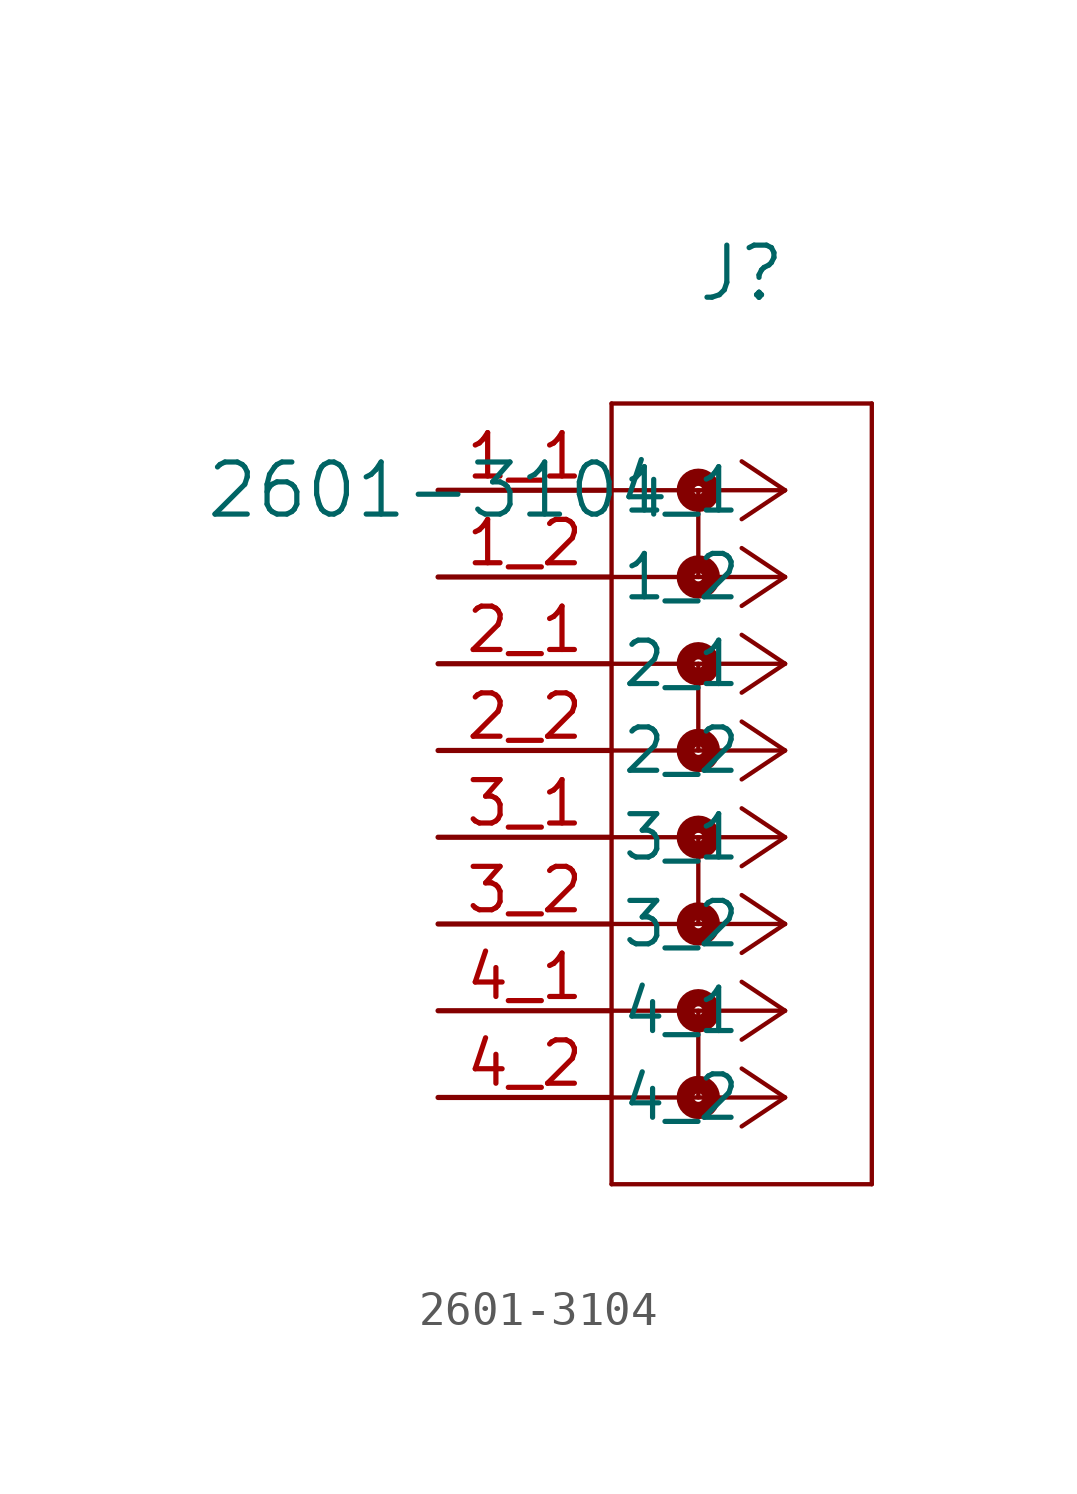
<source format=kicad_sym>
(kicad_symbol_lib
  (version 20211014)
  (generator kicad_symbol_editor)
  (symbol "2601-3104"
    (pin_names
      (offset 0.254))
    (property "Reference" "J"
      (at 8.89 6.35 0)
      (effects (font (size 1.524 1.524))))
    (property "Value" "2601-3104"
      (at 0 0 0)
      (effects (font (size 1.524 1.524))))
    (symbol "2601-3104_0_1"
      (polyline (pts (xy 10.16 0) (xy 5.08 0)) (stroke (width 0.127) (type default) (color 0 0 0 0)) (fill (type none)))
      (polyline (pts (xy 10.16 -2.54) (xy 5.08 -2.54)) (stroke (width 0.127) (type default) (color 0 0 0 0)) (fill (type none)))
      (polyline (pts (xy 10.16 -5.08) (xy 5.08 -5.08)) (stroke (width 0.127) (type default) (color 0 0 0 0)) (fill (type none)))
      (polyline (pts (xy 10.16 -7.62) (xy 5.08 -7.62)) (stroke (width 0.127) (type default) (color 0 0 0 0)) (fill (type none)))
      (polyline (pts (xy 10.16 -10.16) (xy 5.08 -10.16)) (stroke (width 0.127) (type default) (color 0 0 0 0)) (fill (type none)))
      (polyline (pts (xy 10.16 -12.7) (xy 5.08 -12.7)) (stroke (width 0.127) (type default) (color 0 0 0 0)) (fill (type none)))
      (polyline (pts (xy 10.16 -15.24) (xy 5.08 -15.24)) (stroke (width 0.127) (type default) (color 0 0 0 0)) (fill (type none)))
      (polyline (pts (xy 10.16 -17.78) (xy 5.08 -17.78)) (stroke (width 0.127) (type default) (color 0 0 0 0)) (fill (type none)))
      (polyline (pts (xy 10.16 0) (xy 8.89 0.847)) (stroke (width 0.127) (type default) (color 0 0 0 0)) (fill (type none)))
      (polyline (pts (xy 10.16 -2.54) (xy 8.89 -1.693)) (stroke (width 0.127) (type default) (color 0 0 0 0)) (fill (type none)))
      (polyline (pts (xy 10.16 -5.08) (xy 8.89 -4.233)) (stroke (width 0.127) (type default) (color 0 0 0 0)) (fill (type none)))
      (polyline (pts (xy 10.16 -7.62) (xy 8.89 -6.773)) (stroke (width 0.127) (type default) (color 0 0 0 0)) (fill (type none)))
      (polyline (pts (xy 10.16 -10.16) (xy 8.89 -9.313)) (stroke (width 0.127) (type default) (color 0 0 0 0)) (fill (type none)))
      (polyline (pts (xy 10.16 -12.7) (xy 8.89 -11.853)) (stroke (width 0.127) (type default) (color 0 0 0 0)) (fill (type none)))
      (polyline (pts (xy 10.16 -15.24) (xy 8.89 -14.393)) (stroke (width 0.127) (type default) (color 0 0 0 0)) (fill (type none)))
      (polyline (pts (xy 10.16 -17.78) (xy 8.89 -16.933)) (stroke (width 0.127) (type default) (color 0 0 0 0)) (fill (type none)))
      (polyline (pts (xy 10.16 0) (xy 8.89 -0.847)) (stroke (width 0.127) (type default) (color 0 0 0 0)) (fill (type none)))
      (polyline (pts (xy 10.16 -2.54) (xy 8.89 -3.387)) (stroke (width 0.127) (type default) (color 0 0 0 0)) (fill (type none)))
      (polyline (pts (xy 10.16 -5.08) (xy 8.89 -5.927)) (stroke (width 0.127) (type default) (color 0 0 0 0)) (fill (type none)))
      (polyline (pts (xy 10.16 -7.62) (xy 8.89 -8.467)) (stroke (width 0.127) (type default) (color 0 0 0 0)) (fill (type none)))
      (polyline (pts (xy 10.16 -10.16) (xy 8.89 -11.007)) (stroke (width 0.127) (type default) (color 0 0 0 0)) (fill (type none)))
      (polyline (pts (xy 10.16 -12.7) (xy 8.89 -13.547)) (stroke (width 0.127) (type default) (color 0 0 0 0)) (fill (type none)))
      (polyline (pts (xy 10.16 -15.24) (xy 8.89 -16.087)) (stroke (width 0.127) (type default) (color 0 0 0 0)) (fill (type none)))
      (polyline (pts (xy 10.16 -17.78) (xy 8.89 -18.627)) (stroke (width 0.127) (type default) (color 0 0 0 0)) (fill (type none)))
      (polyline (pts (xy 5.08 2.54) (xy 5.08 -20.32)) (stroke (width 0.127) (type default) (color 0 0 0 0)) (fill (type none)))
      (polyline (pts (xy 5.08 -20.32) (xy 12.7 -20.32)) (stroke (width 0.127) (type default) (color 0 0 0 0)) (fill (type none)))
      (polyline (pts (xy 12.7 -20.32) (xy 12.7 2.54)) (stroke (width 0.127) (type default) (color 0 0 0 0)) (fill (type none)))
      (polyline (pts (xy 12.7 2.54) (xy 5.08 2.54)) (stroke (width 0.127) (type default) (color 0 0 0 0)) (fill (type none)))
      (circle (center 7.62 0) (radius 0.127) (stroke (width 0.508) (type default) (color 0 0 0 0)) (fill (type none)))
      (polyline (pts (xy 7.62 0) (xy 7.62 -2.54)) (stroke (width 0.127) (type default) (color 0 0 0 0)) (fill (type none)))
      (circle (center 7.62 -2.54) (radius 0.127) (stroke (width 0.508) (type default) (color 0 0 0 0)) (fill (type none)))
      (circle (center 7.62 -5.08) (radius 0.127) (stroke (width 0.508) (type default) (color 0 0 0 0)) (fill (type none)))
      (polyline (pts (xy 7.62 -5.08) (xy 7.62 -7.62)) (stroke (width 0.127) (type default) (color 0 0 0 0)) (fill (type none)))
      (circle (center 7.62 -7.62) (radius 0.127) (stroke (width 0.508) (type default) (color 0 0 0 0)) (fill (type none)))
      (circle (center 7.62 -10.16) (radius 0.127) (stroke (width 0.508) (type default) (color 0 0 0 0)) (fill (type none)))
      (polyline (pts (xy 7.62 -10.16) (xy 7.62 -12.7)) (stroke (width 0.127) (type default) (color 0 0 0 0)) (fill (type none)))
      (circle (center 7.62 -12.7) (radius 0.127) (stroke (width 0.508) (type default) (color 0 0 0 0)) (fill (type none)))
      (circle (center 7.62 -15.24) (radius 0.127) (stroke (width 0.508) (type default) (color 0 0 0 0)) (fill (type none)))
      (polyline (pts (xy 7.62 -15.24) (xy 7.62 -17.78)) (stroke (width 0.127) (type default) (color 0 0 0 0)) (fill (type none)))
      (circle (center 7.62 -17.78) (radius 0.127) (stroke (width 0.508) (type default) (color 0 0 0 0)) (fill (type none)))
      (pin unspecified line (at 0 0 0) (length 5.08) (name "1_1" (effects (font (size 1.27 1.27)))) (number "1_1" (effects (font (size 1.27 1.27)))))
      (pin unspecified line (at 0 -2.54 0) (length 5.08) (name "1_2" (effects (font (size 1.27 1.27)))) (number "1_2" (effects (font (size 1.27 1.27)))))
      (pin unspecified line (at 0 -5.08 0) (length 5.08) (name "2_1" (effects (font (size 1.27 1.27)))) (number "2_1" (effects (font (size 1.27 1.27)))))
      (pin unspecified line (at 0 -7.62 0) (length 5.08) (name "2_2" (effects (font (size 1.27 1.27)))) (number "2_2" (effects (font (size 1.27 1.27)))))
      (pin unspecified line (at 0 -10.16 0) (length 5.08) (name "3_1" (effects (font (size 1.27 1.27)))) (number "3_1" (effects (font (size 1.27 1.27)))))
      (pin unspecified line (at 0 -12.7 0) (length 5.08) (name "3_2" (effects (font (size 1.27 1.27)))) (number "3_2" (effects (font (size 1.27 1.27)))))
      (pin unspecified line (at 0 -15.24 0) (length 5.08) (name "4_1" (effects (font (size 1.27 1.27)))) (number "4_1" (effects (font (size 1.27 1.27)))))
      (pin unspecified line (at 0 -17.78 0) (length 5.08) (name "4_2" (effects (font (size 1.27 1.27)))) (number "4_2" (effects (font (size 1.27 1.27))))))))
</source>
